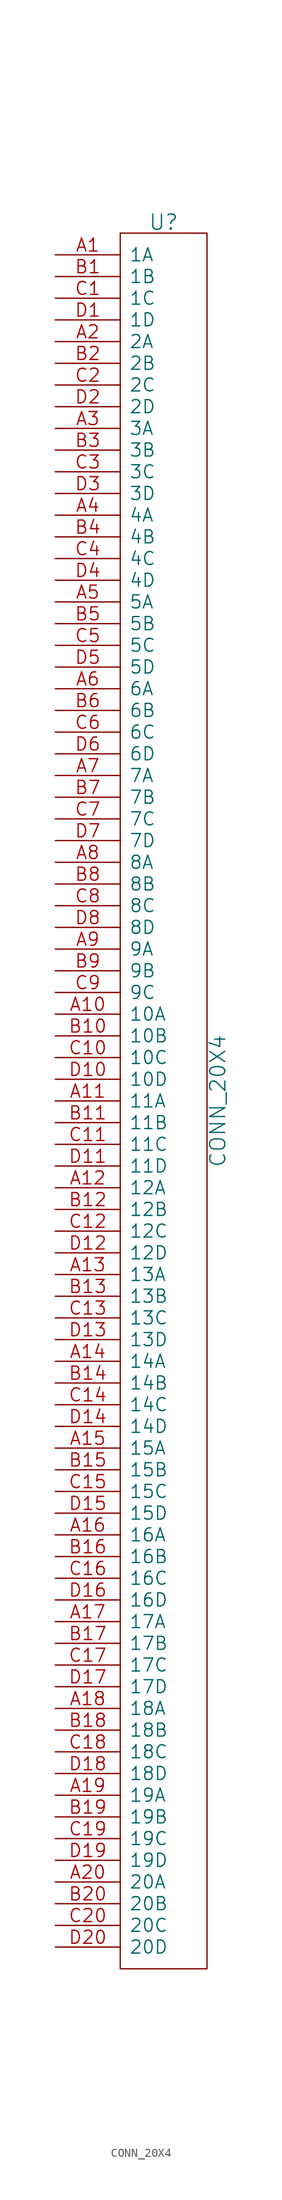
<source format=kicad_sym>
(kicad_symbol_lib
  (version 20220914)
  (generator kicad_symbol_editor)
  (symbol "CONN_20X4"
    (pin_names
      (offset 1.016))
    (property "Reference" "U"
      (at 0 102.87 0)
      (effects (font (size 1.778 1.778))))
    (property "Value" "CONN_20X4"
      (at 6.35 0 90)
      (effects (font (size 1.778 1.778))))
    (property "Footprint" ""
      (at 0 0 0)
      (effects (font (size 1.524 1.524))))
    (property "Datasheet" ""
      (at 0 0 0)
      (effects (font (size 1.524 1.524))))
    (symbol "CONN_20X4_0_1"
      (rectangle (start 5.08 -101.6) (end -5.08 101.6) (stroke (width 0) (type default)) (fill (type none))))
    (symbol "CONN_20X4_1_1"
      (pin passive line (at -12.7 99.06 0) (length 7.62) (name "1A" (effects (font (size 1.524 1.524)))) (number "A1" (effects (font (size 1.524 1.524)))))
      (pin passive line (at -12.7 10.16 0) (length 7.62) (name "10A" (effects (font (size 1.524 1.524)))) (number "A10" (effects (font (size 1.524 1.524)))))
      (pin passive line (at -12.7 0 0) (length 7.62) (name "11A" (effects (font (size 1.524 1.524)))) (number "A11" (effects (font (size 1.524 1.524)))))
      (pin passive line (at -12.7 -10.16 0) (length 7.62) (name "12A" (effects (font (size 1.524 1.524)))) (number "A12" (effects (font (size 1.524 1.524)))))
      (pin passive line (at -12.7 -20.32 0) (length 7.62) (name "13A" (effects (font (size 1.524 1.524)))) (number "A13" (effects (font (size 1.524 1.524)))))
      (pin passive line (at -12.7 -30.48 0) (length 7.62) (name "14A" (effects (font (size 1.524 1.524)))) (number "A14" (effects (font (size 1.524 1.524)))))
      (pin passive line (at -12.7 -40.64 0) (length 7.62) (name "15A" (effects (font (size 1.524 1.524)))) (number "A15" (effects (font (size 1.524 1.524)))))
      (pin passive line (at -12.7 -50.8 0) (length 7.62) (name "16A" (effects (font (size 1.524 1.524)))) (number "A16" (effects (font (size 1.524 1.524)))))
      (pin passive line (at -12.7 -60.96 0) (length 7.62) (name "17A" (effects (font (size 1.524 1.524)))) (number "A17" (effects (font (size 1.524 1.524)))))
      (pin passive line (at -12.7 -71.12 0) (length 7.62) (name "18A" (effects (font (size 1.524 1.524)))) (number "A18" (effects (font (size 1.524 1.524)))))
      (pin passive line (at -12.7 -81.28 0) (length 7.62) (name "19A" (effects (font (size 1.524 1.524)))) (number "A19" (effects (font (size 1.524 1.524)))))
      (pin passive line (at -12.7 88.9 0) (length 7.62) (name "2A" (effects (font (size 1.524 1.524)))) (number "A2" (effects (font (size 1.524 1.524)))))
      (pin passive line (at -12.7 -91.44 0) (length 7.62) (name "20A" (effects (font (size 1.524 1.524)))) (number "A20" (effects (font (size 1.524 1.524)))))
      (pin passive line (at -12.7 78.74 0) (length 7.62) (name "3A" (effects (font (size 1.524 1.524)))) (number "A3" (effects (font (size 1.524 1.524)))))
      (pin passive line (at -12.7 68.58 0) (length 7.62) (name "4A" (effects (font (size 1.524 1.524)))) (number "A4" (effects (font (size 1.524 1.524)))))
      (pin passive line (at -12.7 58.42 0) (length 7.62) (name "5A" (effects (font (size 1.524 1.524)))) (number "A5" (effects (font (size 1.524 1.524)))))
      (pin passive line (at -12.7 48.26 0) (length 7.62) (name "6A" (effects (font (size 1.524 1.524)))) (number "A6" (effects (font (size 1.524 1.524)))))
      (pin passive line (at -12.7 38.1 0) (length 7.62) (name "7A" (effects (font (size 1.524 1.524)))) (number "A7" (effects (font (size 1.524 1.524)))))
      (pin passive line (at -12.7 27.94 0) (length 7.62) (name "8A" (effects (font (size 1.524 1.524)))) (number "A8" (effects (font (size 1.524 1.524)))))
      (pin passive line (at -12.7 17.78 0) (length 7.62) (name "9A" (effects (font (size 1.524 1.524)))) (number "A9" (effects (font (size 1.524 1.524)))))
      (pin passive line (at -12.7 96.52 0) (length 7.62) (name "1B" (effects (font (size 1.524 1.524)))) (number "B1" (effects (font (size 1.524 1.524)))))
      (pin passive line (at -12.7 7.62 0) (length 7.62) (name "10B" (effects (font (size 1.524 1.524)))) (number "B10" (effects (font (size 1.524 1.524)))))
      (pin passive line (at -12.7 -2.54 0) (length 7.62) (name "11B" (effects (font (size 1.524 1.524)))) (number "B11" (effects (font (size 1.524 1.524)))))
      (pin passive line (at -12.7 -12.7 0) (length 7.62) (name "12B" (effects (font (size 1.524 1.524)))) (number "B12" (effects (font (size 1.524 1.524)))))
      (pin passive line (at -12.7 -22.86 0) (length 7.62) (name "13B" (effects (font (size 1.524 1.524)))) (number "B13" (effects (font (size 1.524 1.524)))))
      (pin passive line (at -12.7 -33.02 0) (length 7.62) (name "14B" (effects (font (size 1.524 1.524)))) (number "B14" (effects (font (size 1.524 1.524)))))
      (pin passive line (at -12.7 -43.18 0) (length 7.62) (name "15B" (effects (font (size 1.524 1.524)))) (number "B15" (effects (font (size 1.524 1.524)))))
      (pin passive line (at -12.7 -53.34 0) (length 7.62) (name "16B" (effects (font (size 1.524 1.524)))) (number "B16" (effects (font (size 1.524 1.524)))))
      (pin passive line (at -12.7 -63.5 0) (length 7.62) (name "17B" (effects (font (size 1.524 1.524)))) (number "B17" (effects (font (size 1.524 1.524)))))
      (pin passive line (at -12.7 -73.66 0) (length 7.62) (name "18B" (effects (font (size 1.524 1.524)))) (number "B18" (effects (font (size 1.524 1.524)))))
      (pin passive line (at -12.7 -83.82 0) (length 7.62) (name "19B" (effects (font (size 1.524 1.524)))) (number "B19" (effects (font (size 1.524 1.524)))))
      (pin passive line (at -12.7 86.36 0) (length 7.62) (name "2B" (effects (font (size 1.524 1.524)))) (number "B2" (effects (font (size 1.524 1.524)))))
      (pin passive line (at -12.7 -93.98 0) (length 7.62) (name "20B" (effects (font (size 1.524 1.524)))) (number "B20" (effects (font (size 1.524 1.524)))))
      (pin passive line (at -12.7 76.2 0) (length 7.62) (name "3B" (effects (font (size 1.524 1.524)))) (number "B3" (effects (font (size 1.524 1.524)))))
      (pin passive line (at -12.7 66.04 0) (length 7.62) (name "4B" (effects (font (size 1.524 1.524)))) (number "B4" (effects (font (size 1.524 1.524)))))
      (pin passive line (at -12.7 55.88 0) (length 7.62) (name "5B" (effects (font (size 1.524 1.524)))) (number "B5" (effects (font (size 1.524 1.524)))))
      (pin passive line (at -12.7 45.72 0) (length 7.62) (name "6B" (effects (font (size 1.524 1.524)))) (number "B6" (effects (font (size 1.524 1.524)))))
      (pin passive line (at -12.7 35.56 0) (length 7.62) (name "7B" (effects (font (size 1.524 1.524)))) (number "B7" (effects (font (size 1.524 1.524)))))
      (pin passive line (at -12.7 25.4 0) (length 7.62) (name "8B" (effects (font (size 1.524 1.524)))) (number "B8" (effects (font (size 1.524 1.524)))))
      (pin passive line (at -12.7 15.24 0) (length 7.62) (name "9B" (effects (font (size 1.524 1.524)))) (number "B9" (effects (font (size 1.524 1.524)))))
      (pin passive line (at -12.7 93.98 0) (length 7.62) (name "1C" (effects (font (size 1.524 1.524)))) (number "C1" (effects (font (size 1.524 1.524)))))
      (pin passive line (at -12.7 5.08 0) (length 7.62) (name "10C" (effects (font (size 1.524 1.524)))) (number "C10" (effects (font (size 1.524 1.524)))))
      (pin passive line (at -12.7 -5.08 0) (length 7.62) (name "11C" (effects (font (size 1.524 1.524)))) (number "C11" (effects (font (size 1.524 1.524)))))
      (pin passive line (at -12.7 -15.24 0) (length 7.62) (name "12C" (effects (font (size 1.524 1.524)))) (number "C12" (effects (font (size 1.524 1.524)))))
      (pin passive line (at -12.7 -25.4 0) (length 7.62) (name "13C" (effects (font (size 1.524 1.524)))) (number "C13" (effects (font (size 1.524 1.524)))))
      (pin passive line (at -12.7 -35.56 0) (length 7.62) (name "14C" (effects (font (size 1.524 1.524)))) (number "C14" (effects (font (size 1.524 1.524)))))
      (pin passive line (at -12.7 -45.72 0) (length 7.62) (name "15C" (effects (font (size 1.524 1.524)))) (number "C15" (effects (font (size 1.524 1.524)))))
      (pin passive line (at -12.7 -55.88 0) (length 7.62) (name "16C" (effects (font (size 1.524 1.524)))) (number "C16" (effects (font (size 1.524 1.524)))))
      (pin passive line (at -12.7 -66.04 0) (length 7.62) (name "17C" (effects (font (size 1.524 1.524)))) (number "C17" (effects (font (size 1.524 1.524)))))
      (pin passive line (at -12.7 -76.2 0) (length 7.62) (name "18C" (effects (font (size 1.524 1.524)))) (number "C18" (effects (font (size 1.524 1.524)))))
      (pin passive line (at -12.7 -86.36 0) (length 7.62) (name "19C" (effects (font (size 1.524 1.524)))) (number "C19" (effects (font (size 1.524 1.524)))))
      (pin passive line (at -12.7 83.82 0) (length 7.62) (name "2C" (effects (font (size 1.524 1.524)))) (number "C2" (effects (font (size 1.524 1.524)))))
      (pin passive line (at -12.7 -96.52 0) (length 7.62) (name "20C" (effects (font (size 1.524 1.524)))) (number "C20" (effects (font (size 1.524 1.524)))))
      (pin passive line (at -12.7 73.66 0) (length 7.62) (name "3C" (effects (font (size 1.524 1.524)))) (number "C3" (effects (font (size 1.524 1.524)))))
      (pin passive line (at -12.7 63.5 0) (length 7.62) (name "4C" (effects (font (size 1.524 1.524)))) (number "C4" (effects (font (size 1.524 1.524)))))
      (pin passive line (at -12.7 53.34 0) (length 7.62) (name "5C" (effects (font (size 1.524 1.524)))) (number "C5" (effects (font (size 1.524 1.524)))))
      (pin passive line (at -12.7 43.18 0) (length 7.62) (name "6C" (effects (font (size 1.524 1.524)))) (number "C6" (effects (font (size 1.524 1.524)))))
      (pin passive line (at -12.7 33.02 0) (length 7.62) (name "7C" (effects (font (size 1.524 1.524)))) (number "C7" (effects (font (size 1.524 1.524)))))
      (pin passive line (at -12.7 22.86 0) (length 7.62) (name "8C" (effects (font (size 1.524 1.524)))) (number "C8" (effects (font (size 1.524 1.524)))))
      (pin passive line (at -12.7 12.7 0) (length 7.62) (name "9C" (effects (font (size 1.524 1.524)))) (number "C9" (effects (font (size 1.524 1.524)))))
      (pin passive line (at -12.7 91.44 0) (length 7.62) (name "1D" (effects (font (size 1.524 1.524)))) (number "D1" (effects (font (size 1.524 1.524)))))
      (pin passive line (at -12.7 2.54 0) (length 7.62) (name "10D" (effects (font (size 1.524 1.524)))) (number "D10" (effects (font (size 1.524 1.524)))))
      (pin passive line (at -12.7 -7.62 0) (length 7.62) (name "11D" (effects (font (size 1.524 1.524)))) (number "D11" (effects (font (size 1.524 1.524)))))
      (pin passive line (at -12.7 -17.78 0) (length 7.62) (name "12D" (effects (font (size 1.524 1.524)))) (number "D12" (effects (font (size 1.524 1.524)))))
      (pin passive line (at -12.7 -27.94 0) (length 7.62) (name "13D" (effects (font (size 1.524 1.524)))) (number "D13" (effects (font (size 1.524 1.524)))))
      (pin passive line (at -12.7 -38.1 0) (length 7.62) (name "14D" (effects (font (size 1.524 1.524)))) (number "D14" (effects (font (size 1.524 1.524)))))
      (pin passive line (at -12.7 -48.26 0) (length 7.62) (name "15D" (effects (font (size 1.524 1.524)))) (number "D15" (effects (font (size 1.524 1.524)))))
      (pin passive line (at -12.7 -58.42 0) (length 7.62) (name "16D" (effects (font (size 1.524 1.524)))) (number "D16" (effects (font (size 1.524 1.524)))))
      (pin passive line (at -12.7 -68.58 0) (length 7.62) (name "17D" (effects (font (size 1.524 1.524)))) (number "D17" (effects (font (size 1.524 1.524)))))
      (pin passive line (at -12.7 -78.74 0) (length 7.62) (name "18D" (effects (font (size 1.524 1.524)))) (number "D18" (effects (font (size 1.524 1.524)))))
      (pin passive line (at -12.7 -88.9 0) (length 7.62) (name "19D" (effects (font (size 1.524 1.524)))) (number "D19" (effects (font (size 1.524 1.524)))))
      (pin passive line (at -12.7 81.28 0) (length 7.62) (name "2D" (effects (font (size 1.524 1.524)))) (number "D2" (effects (font (size 1.524 1.524)))))
      (pin passive line (at -12.7 -99.06 0) (length 7.62) (name "20D" (effects (font (size 1.524 1.524)))) (number "D20" (effects (font (size 1.524 1.524)))))
      (pin passive line (at -12.7 71.12 0) (length 7.62) (name "3D" (effects (font (size 1.524 1.524)))) (number "D3" (effects (font (size 1.524 1.524)))))
      (pin passive line (at -12.7 60.96 0) (length 7.62) (name "4D" (effects (font (size 1.524 1.524)))) (number "D4" (effects (font (size 1.524 1.524)))))
      (pin passive line (at -12.7 50.8 0) (length 7.62) (name "5D" (effects (font (size 1.524 1.524)))) (number "D5" (effects (font (size 1.524 1.524)))))
      (pin passive line (at -12.7 40.64 0) (length 7.62) (name "6D" (effects (font (size 1.524 1.524)))) (number "D6" (effects (font (size 1.524 1.524)))))
      (pin passive line (at -12.7 30.48 0) (length 7.62) (name "7D" (effects (font (size 1.524 1.524)))) (number "D7" (effects (font (size 1.524 1.524)))))
      (pin passive line (at -12.7 20.32 0) (length 7.62) (name "8D" (effects (font (size 1.524 1.524)))) (number "D8" (effects (font (size 1.524 1.524))))))))
</source>
